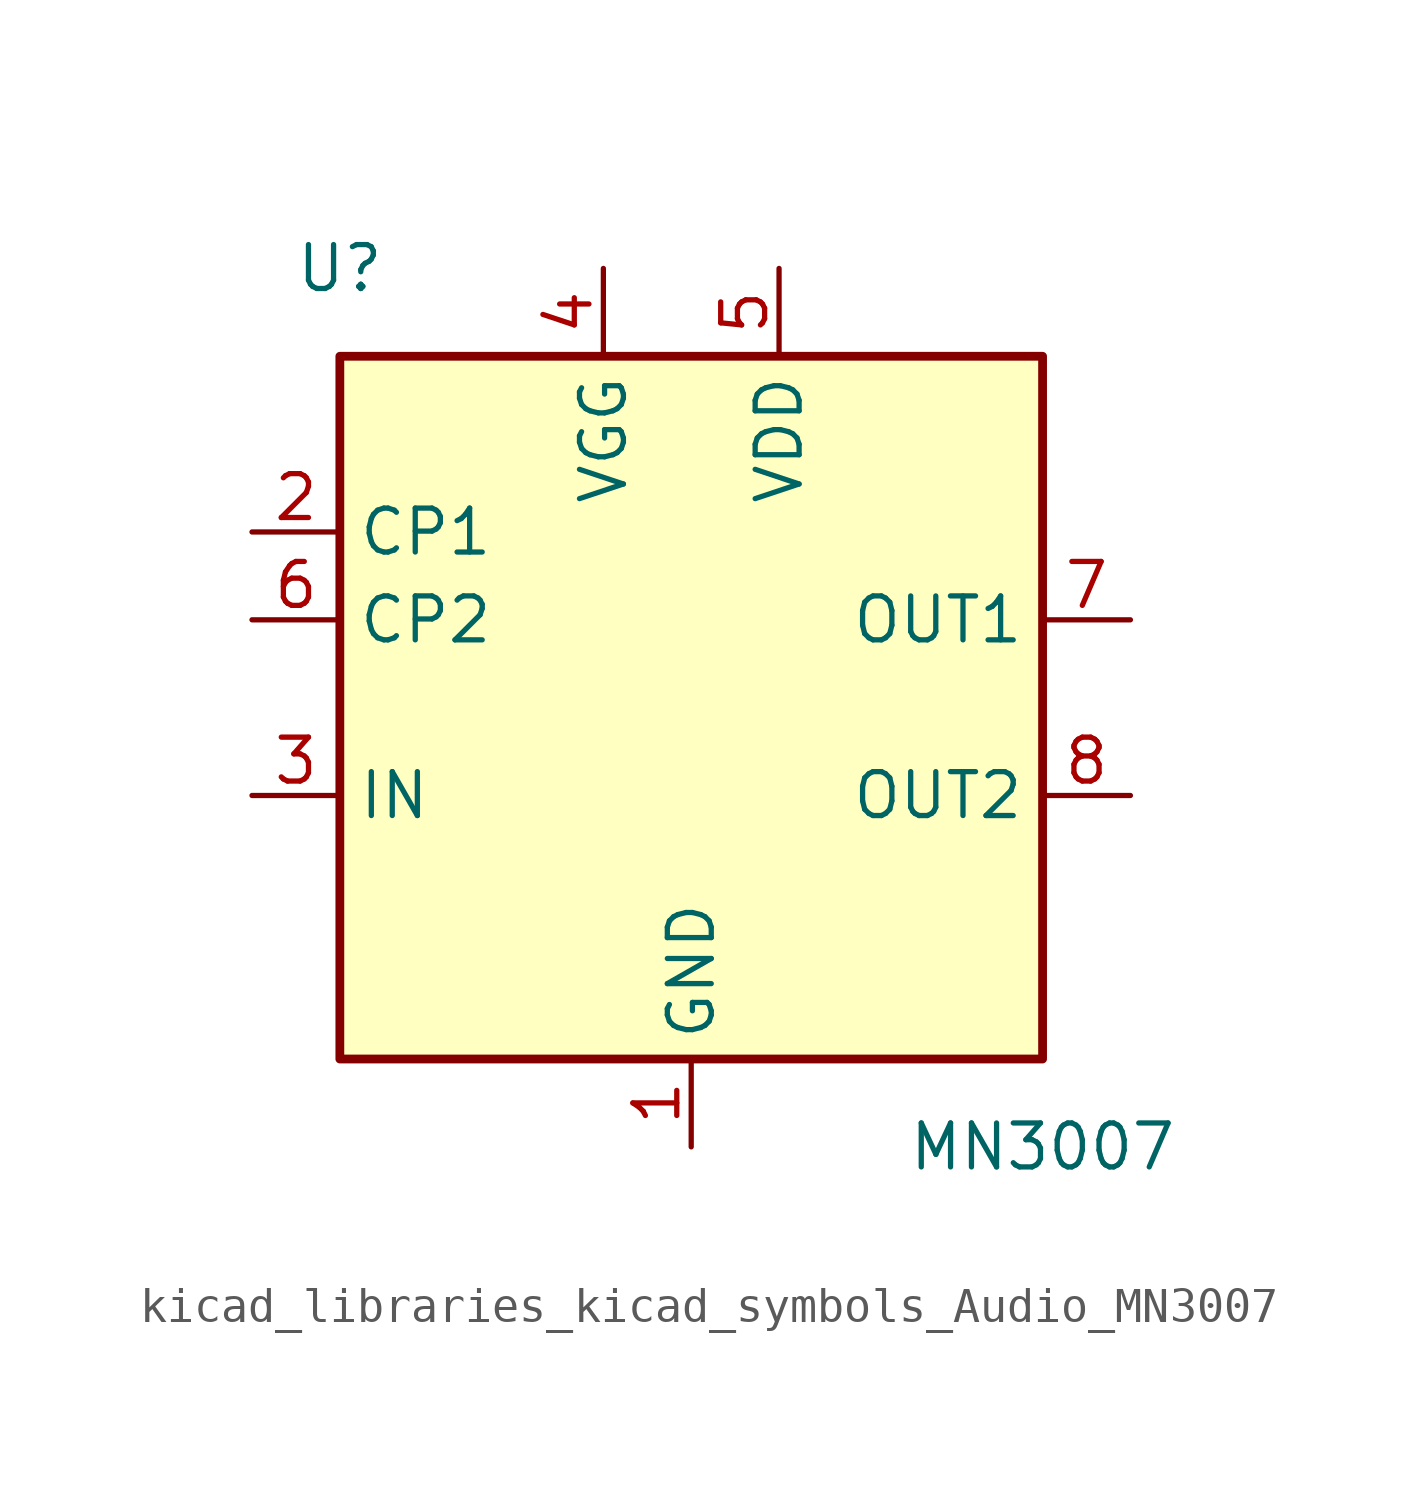
<source format=kicad_sym>
(kicad_symbol_lib
  (version 20220914)
  (generator kicad_symbol_editor)
  (symbol "kicad_libraries_kicad_symbols_Audio_MN3007"
    (property "Reference" "U"
      (at -10.16 12.7 0)
      (effects (font (size 1.27 1.27))))
    (property "Value" "MN3007"
      (at 10.16 -12.7 0)
      (effects (font (size 1.27 1.27))))
    (symbol "kicad_libraries_kicad_symbols_Audio_MN3007_0_1"
      (rectangle (start -10.16 10.16) (end 10.16 -10.16) (stroke (width 0.254) (type default)) (fill (type background))))
    (symbol "kicad_libraries_kicad_symbols_Audio_MN3007_1_1"
      (pin power_in line (at 0 -12.7 90) (length 2.54) (name "GND" (effects (font (size 1.27 1.27)))) (number "1" (effects (font (size 1.27 1.27)))))
      (pin input line (at -12.7 5.08 0) (length 2.54) (name "CP1" (effects (font (size 1.27 1.27)))) (number "2" (effects (font (size 1.27 1.27)))))
      (pin input line (at -12.7 -2.54 0) (length 2.54) (name "IN" (effects (font (size 1.27 1.27)))) (number "3" (effects (font (size 1.27 1.27)))))
      (pin power_in line (at -2.54 12.7 270) (length 2.54) (name "VGG" (effects (font (size 1.27 1.27)))) (number "4" (effects (font (size 1.27 1.27)))))
      (pin power_in line (at 2.54 12.7 270) (length 2.54) (name "VDD" (effects (font (size 1.27 1.27)))) (number "5" (effects (font (size 1.27 1.27)))))
      (pin input line (at -12.7 2.54 0) (length 2.54) (name "CP2" (effects (font (size 1.27 1.27)))) (number "6" (effects (font (size 1.27 1.27)))))
      (pin output line (at 12.7 2.54 180) (length 2.54) (name "OUT1" (effects (font (size 1.27 1.27)))) (number "7" (effects (font (size 1.27 1.27)))))
      (pin output line (at 12.7 -2.54 180) (length 2.54) (name "OUT2" (effects (font (size 1.27 1.27)))) (number "8" (effects (font (size 1.27 1.27))))))))
</source>
